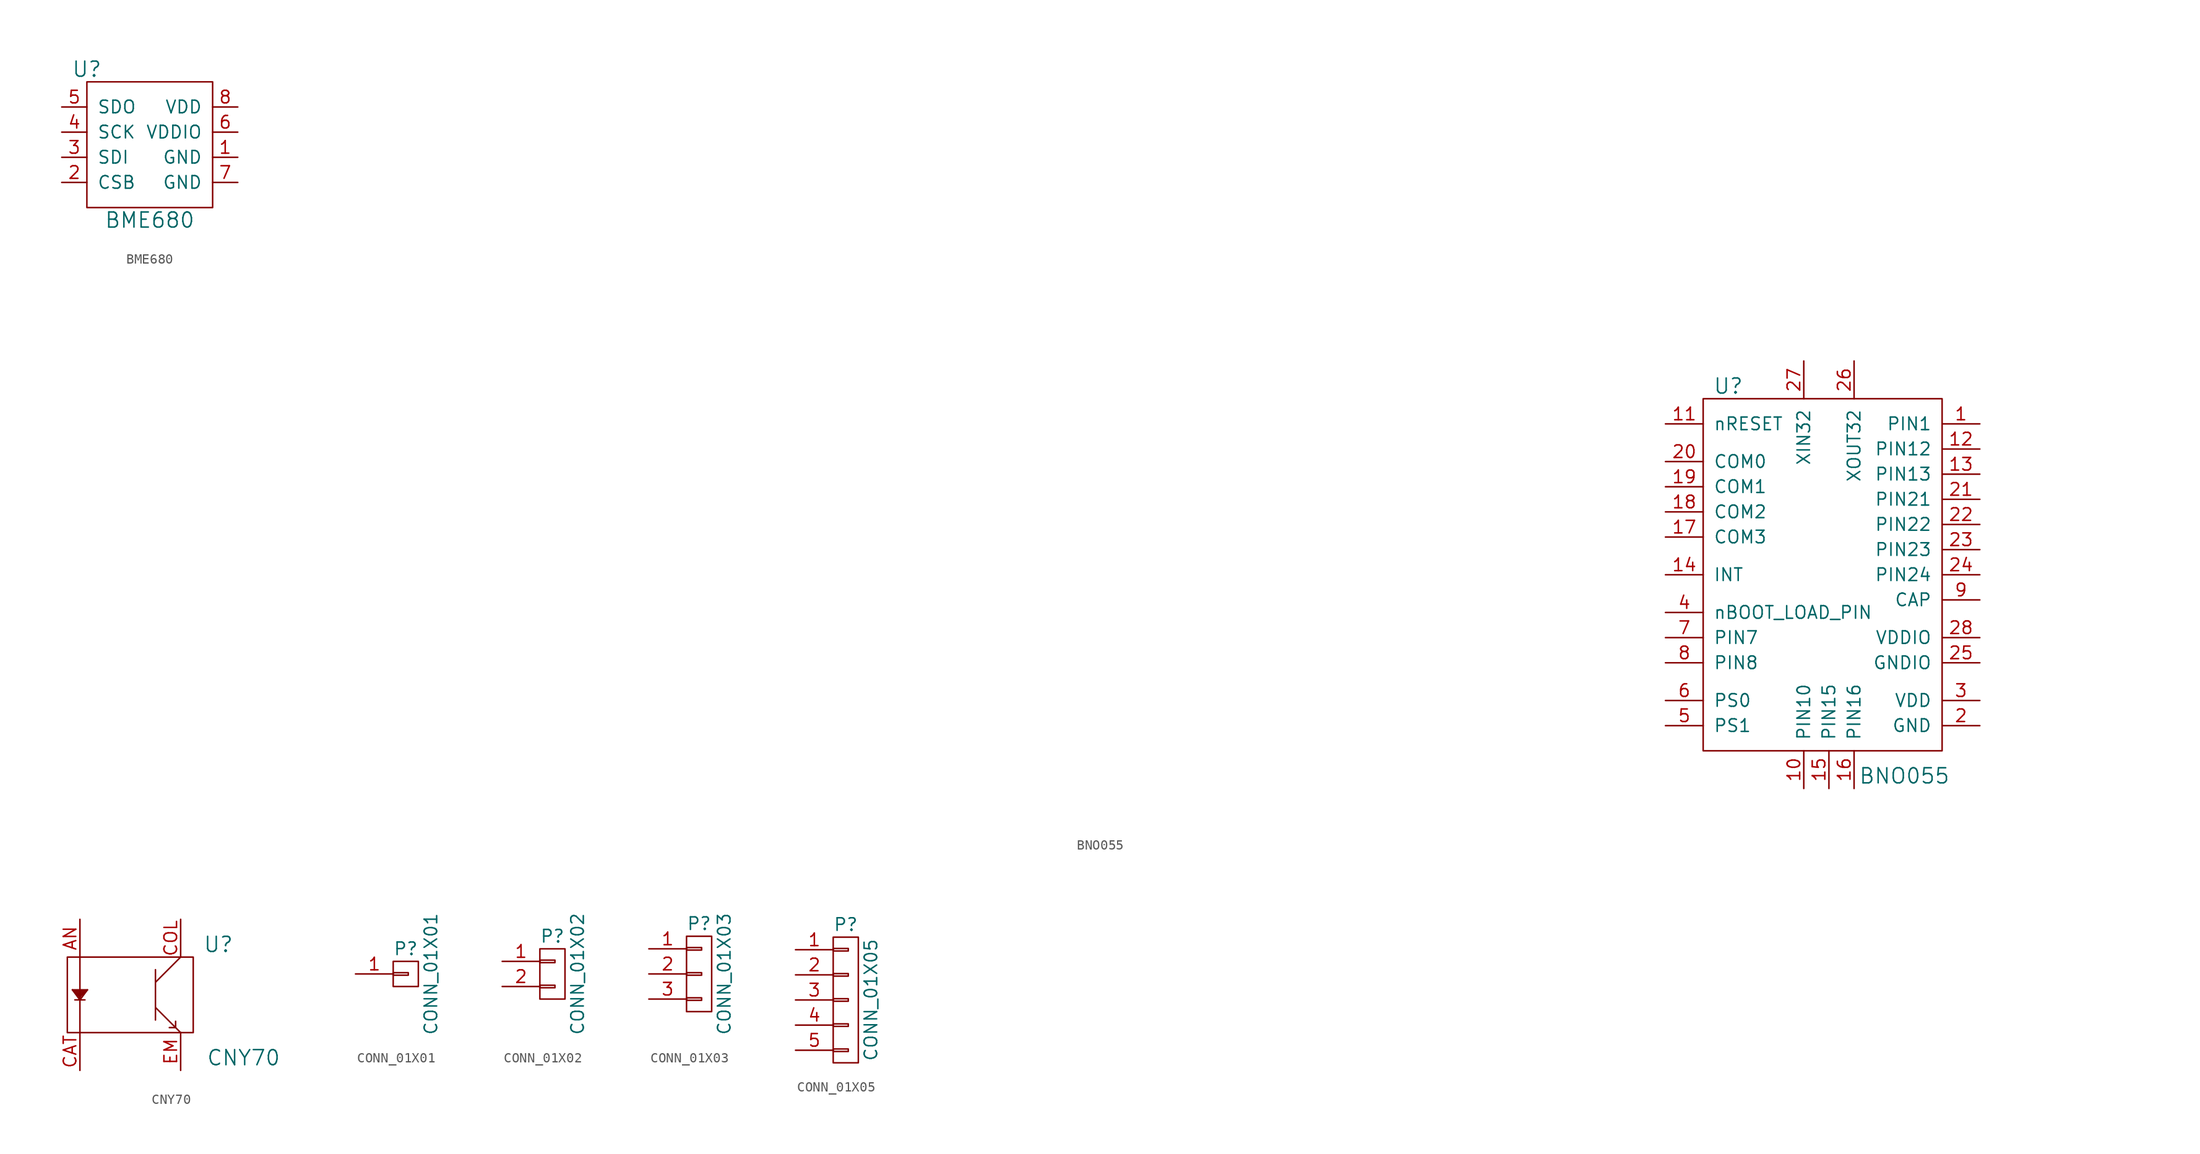
<source format=kicad_sym>
(kicad_symbol_lib
  (version 20211014)
  (generator kicad_symbol_editor)
  (symbol "BME680"
    (pin_names
      (offset 1.016))
    (property "Reference" "U"
      (at -6.35 7.62 0)
      (effects (font (size 1.524 1.524))))
    (property "Value" "BME680"
      (at 0 -7.62 0)
      (effects (font (size 1.524 1.524))))
    (property "Footprint" ""
      (at 0 0 0)
      (effects (font (size 1.524 1.524))))
    (property "Datasheet" ""
      (at 0 0 0)
      (effects (font (size 1.524 1.524))))
    (symbol "BME680_0_1"
      (rectangle (start -6.35 6.35) (end 6.35 -6.35) (stroke (width 0) (type default) (color 0 0 0 0)) (fill (type none))))
    (symbol "BME680_1_1"
      (pin passive line (at 8.89 -1.27 180) (length 2.54) (name "GND" (effects (font (size 1.27 1.27)))) (number "1" (effects (font (size 1.27 1.27)))))
      (pin passive line (at -8.89 -3.81 0) (length 2.54) (name "CSB" (effects (font (size 1.27 1.27)))) (number "2" (effects (font (size 1.27 1.27)))))
      (pin passive line (at -8.89 -1.27 0) (length 2.54) (name "SDI" (effects (font (size 1.27 1.27)))) (number "3" (effects (font (size 1.27 1.27)))))
      (pin passive line (at -8.89 1.27 0) (length 2.54) (name "SCK" (effects (font (size 1.27 1.27)))) (number "4" (effects (font (size 1.27 1.27)))))
      (pin passive line (at -8.89 3.81 0) (length 2.54) (name "SDO" (effects (font (size 1.27 1.27)))) (number "5" (effects (font (size 1.27 1.27)))))
      (pin passive line (at 8.89 1.27 180) (length 2.54) (name "VDDIO" (effects (font (size 1.27 1.27)))) (number "6" (effects (font (size 1.27 1.27)))))
      (pin passive line (at 8.89 -3.81 180) (length 2.54) (name "GND" (effects (font (size 1.27 1.27)))) (number "7" (effects (font (size 1.27 1.27)))))
      (pin passive line (at 8.89 3.81 180) (length 2.54) (name "VDD" (effects (font (size 1.27 1.27)))) (number "8" (effects (font (size 1.27 1.27)))))))
  (symbol "BNO055"
    (pin_names
      (offset 1.016))
    (property "Reference" "U"
      (at -10.16 19.05 0)
      (effects (font (size 1.524 1.524))))
    (property "Value" "BNO055"
      (at 7.62 -20.32 0)
      (effects (font (size 1.524 1.524))))
    (property "Footprint" ""
      (at -162.56 -13.97 0)
      (effects (font (size 1.524 1.524))))
    (property "Datasheet" ""
      (at -162.56 -13.97 0)
      (effects (font (size 1.524 1.524))))
    (symbol "BNO055_0_1"
      (rectangle (start -12.7 17.78) (end 11.43 -17.78) (stroke (width 0) (type default) (color 0 0 0 0)) (fill (type none))))
    (symbol "BNO055_1_1"
      (pin passive line (at 15.24 15.24 180) (length 3.81) (name "PIN1" (effects (font (size 1.27 1.27)))) (number "1" (effects (font (size 1.27 1.27)))))
      (pin passive line (at -2.54 -21.59 90) (length 3.81) (name "PIN10" (effects (font (size 1.27 1.27)))) (number "10" (effects (font (size 1.27 1.27)))))
      (pin passive line (at -16.51 15.24 0) (length 3.81) (name "nRESET" (effects (font (size 1.27 1.27)))) (number "11" (effects (font (size 1.27 1.27)))))
      (pin passive line (at 15.24 12.7 180) (length 3.81) (name "PIN12" (effects (font (size 1.27 1.27)))) (number "12" (effects (font (size 1.27 1.27)))))
      (pin passive line (at 15.24 10.16 180) (length 3.81) (name "PIN13" (effects (font (size 1.27 1.27)))) (number "13" (effects (font (size 1.27 1.27)))))
      (pin passive line (at -16.51 0 0) (length 3.81) (name "INT" (effects (font (size 1.27 1.27)))) (number "14" (effects (font (size 1.27 1.27)))))
      (pin passive line (at 0 -21.59 90) (length 3.81) (name "PIN15" (effects (font (size 1.27 1.27)))) (number "15" (effects (font (size 1.27 1.27)))))
      (pin passive line (at 2.54 -21.59 90) (length 3.81) (name "PIN16" (effects (font (size 1.27 1.27)))) (number "16" (effects (font (size 1.27 1.27)))))
      (pin passive line (at -16.51 3.81 0) (length 3.81) (name "COM3" (effects (font (size 1.27 1.27)))) (number "17" (effects (font (size 1.27 1.27)))))
      (pin passive line (at -16.51 6.35 0) (length 3.81) (name "COM2" (effects (font (size 1.27 1.27)))) (number "18" (effects (font (size 1.27 1.27)))))
      (pin passive line (at -16.51 8.89 0) (length 3.81) (name "COM1" (effects (font (size 1.27 1.27)))) (number "19" (effects (font (size 1.27 1.27)))))
      (pin passive line (at 15.24 -15.24 180) (length 3.81) (name "GND" (effects (font (size 1.27 1.27)))) (number "2" (effects (font (size 1.27 1.27)))))
      (pin passive line (at -16.51 11.43 0) (length 3.81) (name "COM0" (effects (font (size 1.27 1.27)))) (number "20" (effects (font (size 1.27 1.27)))))
      (pin passive line (at 15.24 7.62 180) (length 3.81) (name "PIN21" (effects (font (size 1.27 1.27)))) (number "21" (effects (font (size 1.27 1.27)))))
      (pin passive line (at 15.24 5.08 180) (length 3.81) (name "PIN22" (effects (font (size 1.27 1.27)))) (number "22" (effects (font (size 1.27 1.27)))))
      (pin passive line (at 15.24 2.54 180) (length 3.81) (name "PIN23" (effects (font (size 1.27 1.27)))) (number "23" (effects (font (size 1.27 1.27)))))
      (pin passive line (at 15.24 0 180) (length 3.81) (name "PIN24" (effects (font (size 1.27 1.27)))) (number "24" (effects (font (size 1.27 1.27)))))
      (pin passive line (at 15.24 -8.89 180) (length 3.81) (name "GNDIO" (effects (font (size 1.27 1.27)))) (number "25" (effects (font (size 1.27 1.27)))))
      (pin passive line (at 2.54 21.59 270) (length 3.81) (name "XOUT32" (effects (font (size 1.27 1.27)))) (number "26" (effects (font (size 1.27 1.27)))))
      (pin passive line (at -2.54 21.59 270) (length 3.81) (name "XIN32" (effects (font (size 1.27 1.27)))) (number "27" (effects (font (size 1.27 1.27)))))
      (pin passive line (at 15.24 -6.35 180) (length 3.81) (name "VDDIO" (effects (font (size 1.27 1.27)))) (number "28" (effects (font (size 1.27 1.27)))))
      (pin passive line (at 15.24 -12.7 180) (length 3.81) (name "VDD" (effects (font (size 1.27 1.27)))) (number "3" (effects (font (size 1.27 1.27)))))
      (pin passive line (at -16.51 -3.81 0) (length 3.81) (name "nBOOT_LOAD_PIN" (effects (font (size 1.27 1.27)))) (number "4" (effects (font (size 1.27 1.27)))))
      (pin passive line (at -16.51 -15.24 0) (length 3.81) (name "PS1" (effects (font (size 1.27 1.27)))) (number "5" (effects (font (size 1.27 1.27)))))
      (pin passive line (at -16.51 -12.7 0) (length 3.81) (name "PS0" (effects (font (size 1.27 1.27)))) (number "6" (effects (font (size 1.27 1.27)))))
      (pin passive line (at -16.51 -6.35 0) (length 3.81) (name "PIN7" (effects (font (size 1.27 1.27)))) (number "7" (effects (font (size 1.27 1.27)))))
      (pin passive line (at -16.51 -8.89 0) (length 3.81) (name "PIN8" (effects (font (size 1.27 1.27)))) (number "8" (effects (font (size 1.27 1.27)))))
      (pin passive line (at 15.24 -2.54 180) (length 3.81) (name "CAP" (effects (font (size 1.27 1.27)))) (number "9" (effects (font (size 1.27 1.27)))))))
  (symbol "CNY70"
    (pin_names
      (offset 1.016))
    (property "Reference" "U"
      (at 8.89 5.08 0)
      (effects (font (size 1.524 1.524))))
    (property "Value" "CNY70"
      (at 11.43 -6.35 0)
      (effects (font (size 1.524 1.524))))
    (property "Footprint" ""
      (at 0 0 0)
      (effects (font (size 1.524 1.524))))
    (property "Datasheet" ""
      (at 0 0 0)
      (effects (font (size 1.524 1.524))))
    (symbol "CNY70_0_1"
      (rectangle (start -6.35 3.81) (end 6.35 -3.81) (stroke (width 0) (type default) (color 0 0 0 0)) (fill (type none)))
      (polyline (pts (xy -5.842 0.508) (xy -5.08 -0.508) (xy -5.08 -0.508)) (stroke (width 0) (type default) (color 0 0 0 0)) (fill (type none)))
      (polyline (pts (xy -5.842 0.508) (xy -4.318 0.508) (xy -4.318 0.508)) (stroke (width 0) (type default) (color 0 0 0 0)) (fill (type none)))
      (polyline (pts (xy -5.715 0.381) (xy -4.445 0.381) (xy -4.445 0.381)) (stroke (width 0) (type default) (color 0 0 0 0)) (fill (type none)))
      (polyline (pts (xy -5.588 -0.508) (xy -4.572 -0.508) (xy -4.572 -0.508)) (stroke (width 0) (type default) (color 0 0 0 0)) (fill (type none)))
      (polyline (pts (xy -5.588 0.254) (xy -4.572 0.254) (xy -4.572 0.254)) (stroke (width 0) (type default) (color 0 0 0 0)) (fill (type none)))
      (polyline (pts (xy -5.461 0.127) (xy -4.699 0.127) (xy -4.699 0.127)) (stroke (width 0) (type default) (color 0 0 0 0)) (fill (type none)))
      (polyline (pts (xy -5.334 0) (xy -4.826 0) (xy -4.826 0)) (stroke (width 0) (type default) (color 0 0 0 0)) (fill (type none)))
      (polyline (pts (xy -5.08 -0.508) (xy -4.318 0.508) (xy -4.318 0.508)) (stroke (width 0) (type default) (color 0 0 0 0)) (fill (type none)))
      (polyline (pts (xy -5.08 -0.254) (xy -5.461 0.127) (xy -5.461 0.127)) (stroke (width 0) (type default) (color 0 0 0 0)) (fill (type none)))
      (polyline (pts (xy -5.08 -0.254) (xy -4.699 0.254) (xy -4.699 0.254)) (stroke (width 0) (type default) (color 0 0 0 0)) (fill (type none)))
      (polyline (pts (xy 2.54 -1.27) (xy 5.08 -3.81) (xy 5.08 -3.81)) (stroke (width 0) (type default) (color 0 0 0 0)) (fill (type none)))
      (polyline (pts (xy 2.54 1.27) (xy 5.08 3.81) (xy 5.08 3.81)) (stroke (width 0) (type default) (color 0 0 0 0)) (fill (type none)))
      (polyline (pts (xy 2.54 2.54) (xy 2.54 -2.54) (xy 2.54 -2.54)) (stroke (width 0) (type default) (color 0 0 0 0)) (fill (type none)))
      (polyline (pts (xy 4.572 -3.302) (xy 3.937 -3.302) (xy 3.937 -3.302)) (stroke (width 0) (type default) (color 0 0 0 0)) (fill (type none)))
      (polyline (pts (xy 4.572 -3.302) (xy 4.572 -2.667) (xy 4.572 -2.667)) (stroke (width 0) (type default) (color 0 0 0 0)) (fill (type none)))
      (polyline (pts (xy -5.08 3.81) (xy -5.08 -3.81) (xy -5.08 -3.81) (xy -5.08 -3.81)) (stroke (width 0) (type default) (color 0 0 0 0)) (fill (type none))))
    (symbol "CNY70_1_1"
      (pin passive line (at -5.08 7.62 270) (length 3.81) (name "~" (effects (font (size 1.27 1.27)))) (number "AN" (effects (font (size 1.27 1.27)))))
      (pin passive line (at -5.08 -7.62 90) (length 3.81) (name "~" (effects (font (size 1.27 1.27)))) (number "CAT" (effects (font (size 1.27 1.27)))))
      (pin passive line (at 5.08 7.62 270) (length 3.81) (name "~" (effects (font (size 1.27 1.27)))) (number "COL" (effects (font (size 1.27 1.27)))))
      (pin passive line (at 5.08 -7.62 90) (length 3.81) (name "~" (effects (font (size 1.27 1.27)))) (number "EM" (effects (font (size 1.27 1.27)))))))
  (symbol "CONN_01X01"
    (pin_names
      (offset 1.016) hide)
    (property "Reference" "P"
      (at 0 2.54 0)
      (effects (font (size 1.27 1.27))))
    (property "Value" "CONN_01X01"
      (at 2.54 0 90)
      (effects (font (size 1.27 1.27))))
    (property "Footprint" ""
      (at 0 0 0)
      (effects (font (size 1.27 1.27))))
    (property "Datasheet" ""
      (at 0 0 0)
      (effects (font (size 1.27 1.27))))
    (symbol "CONN_01X01_0_1"
      (rectangle (start -1.27 0.127) (end 0.254 -0.127) (stroke (width 0) (type default) (color 0 0 0 0)) (fill (type none)))
      (rectangle (start -1.27 1.27) (end 1.27 -1.27) (stroke (width 0) (type default) (color 0 0 0 0)) (fill (type none))))
    (symbol "CONN_01X01_1_1"
      (pin passive line (at -5.08 0 0) (length 3.81) (name "P1" (effects (font (size 1.27 1.27)))) (number "1" (effects (font (size 1.27 1.27)))))))
  (symbol "CONN_01X02"
    (pin_names
      (offset 1.016) hide)
    (property "Reference" "P"
      (at 0 3.81 0)
      (effects (font (size 1.27 1.27))))
    (property "Value" "CONN_01X02"
      (at 2.54 0 90)
      (effects (font (size 1.27 1.27))))
    (property "Footprint" ""
      (at 0 0 0)
      (effects (font (size 1.27 1.27))))
    (property "Datasheet" ""
      (at 0 0 0)
      (effects (font (size 1.27 1.27))))
    (symbol "CONN_01X02_0_1"
      (rectangle (start -1.27 -1.143) (end 0.254 -1.397) (stroke (width 0) (type default) (color 0 0 0 0)) (fill (type none)))
      (rectangle (start -1.27 1.397) (end 0.254 1.143) (stroke (width 0) (type default) (color 0 0 0 0)) (fill (type none)))
      (rectangle (start -1.27 2.54) (end 1.27 -2.54) (stroke (width 0) (type default) (color 0 0 0 0)) (fill (type none))))
    (symbol "CONN_01X02_1_1"
      (pin passive line (at -5.08 1.27 0) (length 3.81) (name "P1" (effects (font (size 1.27 1.27)))) (number "1" (effects (font (size 1.27 1.27)))))
      (pin passive line (at -5.08 -1.27 0) (length 3.81) (name "P2" (effects (font (size 1.27 1.27)))) (number "2" (effects (font (size 1.27 1.27)))))))
  (symbol "CONN_01X03"
    (pin_names
      (offset 1.016) hide)
    (property "Reference" "P"
      (at 0 5.08 0)
      (effects (font (size 1.27 1.27))))
    (property "Value" "CONN_01X03"
      (at 2.54 0 90)
      (effects (font (size 1.27 1.27))))
    (property "Footprint" ""
      (at 0 0 0)
      (effects (font (size 1.27 1.27))))
    (property "Datasheet" ""
      (at 0 0 0)
      (effects (font (size 1.27 1.27))))
    (symbol "CONN_01X03_0_1"
      (rectangle (start -1.27 -2.413) (end 0.254 -2.667) (stroke (width 0) (type default) (color 0 0 0 0)) (fill (type none)))
      (rectangle (start -1.27 0.127) (end 0.254 -0.127) (stroke (width 0) (type default) (color 0 0 0 0)) (fill (type none)))
      (rectangle (start -1.27 2.667) (end 0.254 2.413) (stroke (width 0) (type default) (color 0 0 0 0)) (fill (type none)))
      (rectangle (start -1.27 3.81) (end 1.27 -3.81) (stroke (width 0) (type default) (color 0 0 0 0)) (fill (type none))))
    (symbol "CONN_01X03_1_1"
      (pin passive line (at -5.08 2.54 0) (length 3.81) (name "P1" (effects (font (size 1.27 1.27)))) (number "1" (effects (font (size 1.27 1.27)))))
      (pin passive line (at -5.08 0 0) (length 3.81) (name "P2" (effects (font (size 1.27 1.27)))) (number "2" (effects (font (size 1.27 1.27)))))
      (pin passive line (at -5.08 -2.54 0) (length 3.81) (name "P3" (effects (font (size 1.27 1.27)))) (number "3" (effects (font (size 1.27 1.27)))))))
  (symbol "CONN_01X05"
    (pin_names
      (offset 1.016) hide)
    (property "Reference" "P"
      (at 0 7.62 0)
      (effects (font (size 1.27 1.27))))
    (property "Value" "CONN_01X05"
      (at 2.54 0 90)
      (effects (font (size 1.27 1.27))))
    (property "Footprint" ""
      (at 0 0 0)
      (effects (font (size 1.27 1.27))))
    (property "Datasheet" ""
      (at 0 0 0)
      (effects (font (size 1.27 1.27))))
    (symbol "CONN_01X05_0_1"
      (rectangle (start -1.27 -4.953) (end 0.254 -5.207) (stroke (width 0) (type default) (color 0 0 0 0)) (fill (type none)))
      (rectangle (start -1.27 -2.413) (end 0.254 -2.667) (stroke (width 0) (type default) (color 0 0 0 0)) (fill (type none)))
      (rectangle (start -1.27 0.127) (end 0.254 -0.127) (stroke (width 0) (type default) (color 0 0 0 0)) (fill (type none)))
      (rectangle (start -1.27 2.667) (end 0.254 2.413) (stroke (width 0) (type default) (color 0 0 0 0)) (fill (type none)))
      (rectangle (start -1.27 5.207) (end 0.254 4.953) (stroke (width 0) (type default) (color 0 0 0 0)) (fill (type none)))
      (rectangle (start -1.27 6.35) (end 1.27 -6.35) (stroke (width 0) (type default) (color 0 0 0 0)) (fill (type none))))
    (symbol "CONN_01X05_1_1"
      (pin passive line (at -5.08 5.08 0) (length 3.81) (name "P1" (effects (font (size 1.27 1.27)))) (number "1" (effects (font (size 1.27 1.27)))))
      (pin passive line (at -5.08 2.54 0) (length 3.81) (name "P2" (effects (font (size 1.27 1.27)))) (number "2" (effects (font (size 1.27 1.27)))))
      (pin passive line (at -5.08 0 0) (length 3.81) (name "P3" (effects (font (size 1.27 1.27)))) (number "3" (effects (font (size 1.27 1.27)))))
      (pin passive line (at -5.08 -2.54 0) (length 3.81) (name "P4" (effects (font (size 1.27 1.27)))) (number "4" (effects (font (size 1.27 1.27)))))
      (pin passive line (at -5.08 -5.08 0) (length 3.81) (name "P5" (effects (font (size 1.27 1.27)))) (number "5" (effects (font (size 1.27 1.27))))))))
</source>
